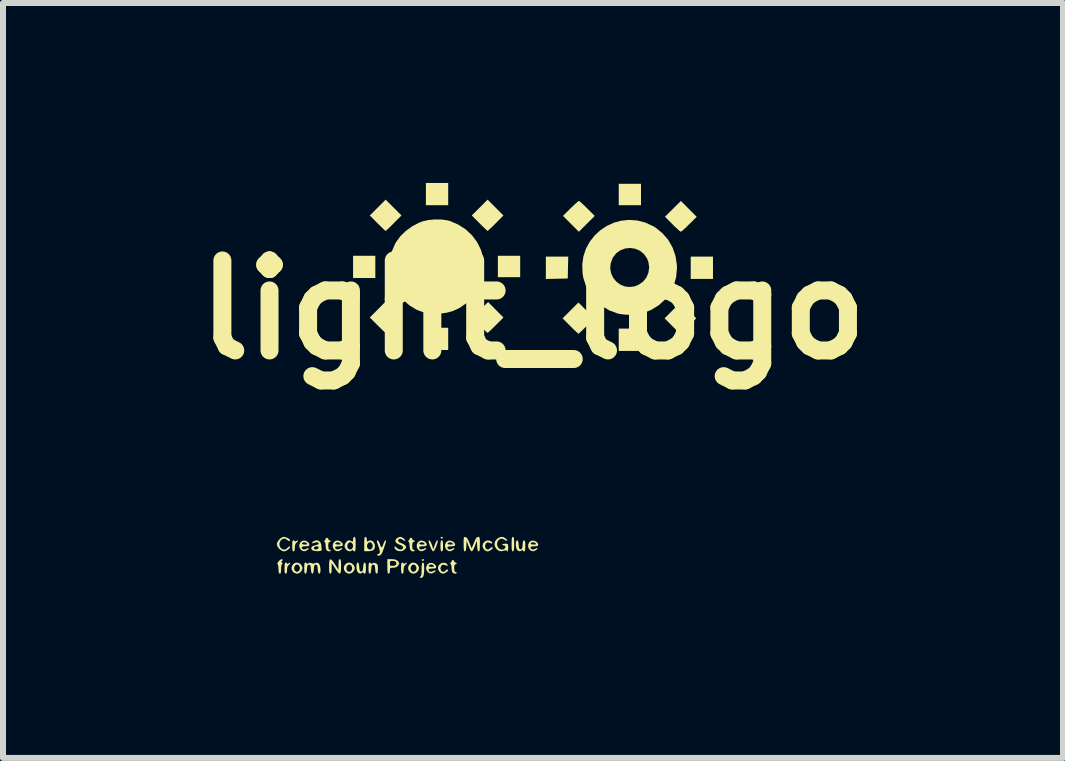
<source format=kicad_pcb>
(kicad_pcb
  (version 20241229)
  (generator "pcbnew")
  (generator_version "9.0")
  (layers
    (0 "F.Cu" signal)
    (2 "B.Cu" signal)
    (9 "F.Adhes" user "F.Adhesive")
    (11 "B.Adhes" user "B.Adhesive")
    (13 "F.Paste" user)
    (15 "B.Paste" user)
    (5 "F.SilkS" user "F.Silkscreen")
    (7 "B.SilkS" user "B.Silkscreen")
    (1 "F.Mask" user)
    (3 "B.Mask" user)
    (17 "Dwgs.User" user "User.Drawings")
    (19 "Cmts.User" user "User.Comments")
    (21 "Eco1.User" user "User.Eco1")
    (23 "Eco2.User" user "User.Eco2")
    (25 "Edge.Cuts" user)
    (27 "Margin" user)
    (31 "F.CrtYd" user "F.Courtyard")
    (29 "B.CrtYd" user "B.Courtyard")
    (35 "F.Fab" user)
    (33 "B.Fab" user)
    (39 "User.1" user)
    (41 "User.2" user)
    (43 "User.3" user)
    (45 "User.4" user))
  (footprint "light_logo"
    (layer "F.Cu")
    (at 5.836 2.114)
    (property "Reference" "light_logo" (at 0 0 0) (layer "F.SilkS") (effects (font (size 1.5 1.5) (thickness 0.3))))
    (attr board_only exclude_from_pos_files exclude_from_bom)
    (fp_poly (pts (xy -2.629 -0.714) (xy -2.629 -0.529) (xy -2.814 -0.529) (xy -3 -0.529) (xy -3 -0.714) (xy -3 -0.9) (xy -2.814 -0.9) (xy -2.629 -0.9)) (stroke (width 0) (type solid)) (fill yes) (layer "F.SilkS"))
    (fp_poly (pts (xy -1.817 4.165) (xy -1.814 4.171) (xy -1.826 4.184) (xy -1.836 4.186) (xy -1.855 4.178) (xy -1.857 4.171) (xy -1.846 4.159) (xy -1.836 4.157)) (stroke (width 0) (type solid)) (fill yes) (layer "F.SilkS"))
    (fp_poly (pts (xy -1.502 3.793) (xy -1.5 3.8) (xy -1.512 3.813) (xy -1.521 3.814) (xy -1.54 3.807) (xy -1.543 3.8) (xy -1.531 3.787) (xy -1.521 3.786)) (stroke (width 0) (type solid)) (fill yes) (layer "F.SilkS"))
    (fp_poly (pts (xy -1.414 -1.929) (xy -1.414 -1.743) (xy -1.6 -1.743) (xy -1.786 -1.743) (xy -1.786 -1.929) (xy -1.786 -2.114) (xy -1.6 -2.114) (xy -1.414 -2.114)) (stroke (width 0) (type solid)) (fill yes) (layer "F.SilkS"))
    (fp_poly (pts (xy -1.414 0.486) (xy -1.414 0.671) (xy -1.6 0.671) (xy -1.786 0.671) (xy -1.786 0.486) (xy -1.786 0.3) (xy -1.6 0.3) (xy -1.414 0.3)) (stroke (width 0) (type solid)) (fill yes) (layer "F.SilkS"))
    (fp_poly (pts (xy -0.214 -0.721) (xy -0.214 -0.543) (xy -0.4 -0.543) (xy -0.586 -0.543) (xy -0.586 -0.721) (xy -0.586 -0.9) (xy -0.4 -0.9) (xy -0.214 -0.9)) (stroke (width 0) (type solid)) (fill yes) (layer "F.SilkS"))
    (fp_poly (pts (xy 0.583 -0.704) (xy 0.579 -0.521) (xy 0.396 -0.517) (xy 0.214 -0.513) (xy 0.214 -0.7) (xy 0.214 -0.886) (xy 0.4 -0.886) (xy 0.587 -0.886)) (stroke (width 0) (type solid)) (fill yes) (layer "F.SilkS"))
    (fp_poly (pts (xy 1.8 -1.921) (xy 1.8 -1.743) (xy 1.614 -1.743) (xy 1.429 -1.743) (xy 1.429 -1.921) (xy 1.429 -2.1) (xy 1.614 -2.1) (xy 1.8 -2.1)) (stroke (width 0) (type solid)) (fill yes) (layer "F.SilkS"))
    (fp_poly (pts (xy 3 -0.7) (xy 3 -0.514) (xy 2.814 -0.514) (xy 2.629 -0.514) (xy 2.629 -0.7) (xy 2.629 -0.886) (xy 2.814 -0.886) (xy 3 -0.886)) (stroke (width 0) (type solid)) (fill yes) (layer "F.SilkS"))
    (fp_poly (pts (xy 1.786 0.361) (xy 1.787 0.395) (xy 1.789 0.449) (xy 1.793 0.514) (xy 1.795 0.546) (xy 1.804 0.686) (xy 1.616 0.686) (xy 1.429 0.686) (xy 1.429 0.5) (xy 1.429 0.314) (xy 1.607 0.314) (xy 1.786 0.314)) (stroke (width 0) (type solid)) (fill yes) (layer "F.SilkS"))
    (fp_poly (pts (xy -2.332 0.003) (xy -2.2 0.135) (xy -2.325 0.26) (xy -2.373 0.308) (xy -2.414 0.348) (xy -2.443 0.375) (xy -2.457 0.386) (xy -2.457 0.386) (xy -2.47 0.376) (xy -2.498 0.35) (xy -2.538 0.311) (xy -2.586 0.264) (xy -2.593 0.257) (xy -2.721 0.129) (xy -2.593 -0.000015) (xy -2.465 -0.129)) (stroke (width 0) (type solid)) (fill yes) (layer "F.SilkS"))
    (fp_poly (pts (xy -2.325 -1.704) (xy -2.193 -1.572) (xy -2.321 -1.443) (xy -2.37 -1.394) (xy -2.412 -1.354) (xy -2.442 -1.326) (xy -2.457 -1.314) (xy -2.457 -1.314) (xy -2.47 -1.324) (xy -2.498 -1.35) (xy -2.538 -1.389) (xy -2.586 -1.436) (xy -2.593 -1.443) (xy -2.721 -1.572) (xy -2.589 -1.704) (xy -2.457 -1.836)) (stroke (width 0) (type solid)) (fill yes) (layer "F.SilkS"))
    (fp_poly (pts (xy -1.509 3.849) (xy -1.503 3.871) (xy -1.5 3.915) (xy -1.5 3.936) (xy -1.501 3.988) (xy -1.507 4.017) (xy -1.517 4.028) (xy -1.521 4.029) (xy -1.533 4.022) (xy -1.54 4) (xy -1.543 3.957) (xy -1.543 3.936) (xy -1.541 3.884) (xy -1.536 3.855) (xy -1.526 3.844) (xy -1.521 3.843)) (stroke (width 0) (type solid)) (fill yes) (layer "F.SilkS"))
    (fp_poly (pts (xy -0.625 -1.704) (xy -0.493 -1.572) (xy -0.621 -1.443) (xy -0.67 -1.394) (xy -0.712 -1.354) (xy -0.742 -1.326) (xy -0.757 -1.314) (xy -0.757 -1.314) (xy -0.77 -1.324) (xy -0.798 -1.35) (xy -0.838 -1.389) (xy -0.886 -1.436) (xy -0.893 -1.443) (xy -1.021 -1.572) (xy -0.889 -1.704) (xy -0.757 -1.836)) (stroke (width 0) (type solid)) (fill yes) (layer "F.SilkS"))
    (fp_poly (pts (xy -0.621 -0.000015) (xy -0.493 0.129) (xy -0.621 0.257) (xy -0.67 0.306) (xy -0.712 0.346) (xy -0.742 0.374) (xy -0.757 0.386) (xy -0.757 0.386) (xy -0.77 0.376) (xy -0.798 0.35) (xy -0.838 0.311) (xy -0.886 0.264) (xy -0.89 0.26) (xy -1.014 0.135) (xy -0.882 0.003) (xy -0.749 -0.129)) (stroke (width 0) (type solid)) (fill yes) (layer "F.SilkS"))
    (fp_poly (pts (xy -0.325 3.791) (xy -0.318 3.81) (xy -0.315 3.847) (xy -0.314 3.907) (xy -0.315 3.968) (xy -0.319 4.005) (xy -0.325 4.024) (xy -0.336 4.029) (xy -0.346 4.023) (xy -0.353 4.005) (xy -0.356 3.967) (xy -0.357 3.907) (xy -0.356 3.846) (xy -0.353 3.809) (xy -0.346 3.791) (xy -0.336 3.786)) (stroke (width 0) (type solid)) (fill yes) (layer "F.SilkS"))
    (fp_poly (pts (xy 0.78 -1.805) (xy 0.81 -1.779) (xy 0.852 -1.74) (xy 0.901 -1.692) (xy 0.904 -1.689) (xy 1.029 -1.564) (xy 0.896 -1.432) (xy 0.764 -1.3) (xy 0.632 -1.432) (xy 0.5 -1.565) (xy 0.625 -1.69) (xy 0.674 -1.737) (xy 0.717 -1.777) (xy 0.748 -1.804) (xy 0.764 -1.814) (xy 0.765 -1.814)) (stroke (width 0) (type solid)) (fill yes) (layer "F.SilkS"))
    (fp_poly (pts (xy 0.889 0.011) (xy 1.021 0.143) (xy 0.893 0.271) (xy 0.844 0.32) (xy 0.803 0.36) (xy 0.772 0.388) (xy 0.758 0.4) (xy 0.757 0.4) (xy 0.745 0.39) (xy 0.716 0.364) (xy 0.676 0.326) (xy 0.628 0.278) (xy 0.621 0.271) (xy 0.493 0.143) (xy 0.625 0.011) (xy 0.757 -0.121)) (stroke (width 0) (type solid)) (fill yes) (layer "F.SilkS"))
    (fp_poly (pts (xy 2.589 0.011) (xy 2.721 0.143) (xy 2.593 0.271) (xy 2.544 0.32) (xy 2.503 0.36) (xy 2.472 0.388) (xy 2.458 0.4) (xy 2.457 0.4) (xy 2.445 0.39) (xy 2.416 0.364) (xy 2.376 0.326) (xy 2.328 0.278) (xy 2.321 0.271) (xy 2.193 0.143) (xy 2.325 0.011) (xy 2.457 -0.121)) (stroke (width 0) (type solid)) (fill yes) (layer "F.SilkS"))
    (fp_poly (pts (xy 2.597 -1.682) (xy 2.729 -1.549) (xy 2.603 -1.425) (xy 2.554 -1.377) (xy 2.512 -1.338) (xy 2.48 -1.311) (xy 2.464 -1.3) (xy 2.464 -1.3) (xy 2.449 -1.31) (xy 2.418 -1.336) (xy 2.376 -1.375) (xy 2.328 -1.422) (xy 2.325 -1.425) (xy 2.2 -1.551) (xy 2.332 -1.682) (xy 2.465 -1.814)) (stroke (width 0) (type solid)) (fill yes) (layer "F.SilkS"))
    (fp_poly (pts (xy -1.824 4.22) (xy -1.817 4.241) (xy -1.815 4.283) (xy -1.814 4.315) (xy -1.816 4.37) (xy -1.822 4.416) (xy -1.829 4.444) (xy -1.848 4.464) (xy -1.87 4.472) (xy -1.884 4.464) (xy -1.886 4.457) (xy -1.875 4.443) (xy -1.871 4.443) (xy -1.864 4.429) (xy -1.859 4.393) (xy -1.857 4.339) (xy -1.857 4.329) (xy -1.856 4.27) (xy -1.852 4.235) (xy -1.845 4.218) (xy -1.836 4.214)) (stroke (width 0) (type solid)) (fill yes) (layer "F.SilkS"))
    (fp_poly (pts (xy -4.102 4.223) (xy -4.1 4.23) (xy -4.093 4.238) (xy -4.078 4.228) (xy -4.056 4.218) (xy -4.047 4.22) (xy -4.05 4.234) (xy -4.069 4.251) (xy -4.09 4.274) (xy -4.099 4.309) (xy -4.1 4.337) (xy -4.103 4.379) (xy -4.113 4.398) (xy -4.121 4.4) (xy -4.133 4.394) (xy -4.14 4.372) (xy -4.143 4.328) (xy -4.143 4.307) (xy -4.141 4.255) (xy -4.136 4.226) (xy -4.126 4.215) (xy -4.121 4.214)) (stroke (width 0) (type solid)) (fill yes) (layer "F.SilkS"))
    (fp_poly (pts (xy -3.974 3.851) (xy -3.971 3.859) (xy -3.964 3.866) (xy -3.95 3.857) (xy -3.928 3.846) (xy -3.918 3.848) (xy -3.921 3.862) (xy -3.94 3.88) (xy -3.961 3.903) (xy -3.97 3.938) (xy -3.971 3.965) (xy -3.974 4.007) (xy -3.984 4.026) (xy -3.993 4.029) (xy -4.005 4.022) (xy -4.012 4) (xy -4.014 3.957) (xy -4.014 3.936) (xy -4.013 3.884) (xy -4.008 3.855) (xy -3.998 3.844) (xy -3.993 3.843)) (stroke (width 0) (type solid)) (fill yes) (layer "F.SilkS"))
    (fp_poly (pts (xy -2.16 4.223) (xy -2.157 4.23) (xy -2.15 4.238) (xy -2.135 4.228) (xy -2.114 4.218) (xy -2.104 4.22) (xy -2.107 4.234) (xy -2.126 4.251) (xy -2.147 4.274) (xy -2.156 4.309) (xy -2.157 4.337) (xy -2.16 4.379) (xy -2.17 4.398) (xy -2.179 4.4) (xy -2.191 4.394) (xy -2.197 4.372) (xy -2.2 4.328) (xy -2.2 4.307) (xy -2.199 4.255) (xy -2.193 4.226) (xy -2.183 4.215) (xy -2.179 4.214)) (stroke (width 0) (type solid)) (fill yes) (layer "F.SilkS"))
    (fp_poly (pts (xy -1.589 3.847) (xy -1.588 3.863) (xy -1.596 3.896) (xy -1.615 3.949) (xy -1.634 3.992) (xy -1.653 4.02) (xy -1.664 4.029) (xy -1.679 4.016) (xy -1.698 3.984) (xy -1.713 3.949) (xy -1.733 3.894) (xy -1.741 3.861) (xy -1.739 3.846) (xy -1.726 3.846) (xy -1.726 3.846) (xy -1.712 3.862) (xy -1.695 3.896) (xy -1.685 3.922) (xy -1.662 3.993) (xy -1.637 3.918) (xy -1.621 3.877) (xy -1.606 3.849) (xy -1.599 3.843)) (stroke (width 0) (type solid)) (fill yes) (layer "F.SilkS"))
    (fp_poly (pts (xy -4.173 4.165) (xy -4.176 4.182) (xy -4.189 4.191) (xy -4.198 4.201) (xy -4.186 4.214) (xy -4.173 4.229) (xy -4.182 4.238) (xy -4.194 4.257) (xy -4.199 4.3) (xy -4.2 4.323) (xy -4.202 4.37) (xy -4.209 4.394) (xy -4.221 4.4) (xy -4.234 4.393) (xy -4.241 4.368) (xy -4.243 4.323) (xy -4.246 4.275) (xy -4.254 4.246) (xy -4.259 4.24) (xy -4.263 4.228) (xy -4.25 4.205) (xy -4.229 4.181) (xy -4.206 4.163) (xy -4.19 4.157)) (stroke (width 0) (type solid)) (fill yes) (layer "F.SilkS"))
    (fp_poly (pts (xy -1.464 4.22) (xy -1.436 4.237) (xy -1.42 4.26) (xy -1.427 4.269) (xy -1.453 4.263) (xy -1.464 4.257) (xy -1.502 4.248) (xy -1.529 4.264) (xy -1.542 4.302) (xy -1.543 4.315) (xy -1.533 4.349) (xy -1.51 4.367) (xy -1.482 4.367) (xy -1.464 4.352) (xy -1.442 4.333) (xy -1.423 4.329) (xy -1.414 4.342) (xy -1.426 4.361) (xy -1.454 4.382) (xy -1.486 4.397) (xy -1.503 4.4) (xy -1.532 4.39) (xy -1.557 4.371) (xy -1.579 4.337) (xy -1.586 4.307) (xy -1.574 4.264) (xy -1.544 4.233) (xy -1.505 4.217)) (stroke (width 0) (type solid)) (fill yes) (layer "F.SilkS"))
    (fp_poly (pts (xy -0.721 3.849) (xy -0.693 3.866) (xy -0.677 3.889) (xy -0.684 3.898) (xy -0.71 3.891) (xy -0.721 3.886) (xy -0.759 3.877) (xy -0.786 3.893) (xy -0.799 3.931) (xy -0.8 3.944) (xy -0.79 3.977) (xy -0.767 3.996) (xy -0.739 3.995) (xy -0.721 3.98) (xy -0.7 3.962) (xy -0.68 3.958) (xy -0.671 3.971) (xy -0.683 3.99) (xy -0.711 4.011) (xy -0.743 4.026) (xy -0.76 4.029) (xy -0.789 4.019) (xy -0.814 4) (xy -0.836 3.966) (xy -0.843 3.936) (xy -0.831 3.893) (xy -0.802 3.862) (xy -0.762 3.846)) (stroke (width 0) (type solid)) (fill yes) (layer "F.SilkS"))
    (fp_poly (pts (xy -3.893 4.227) (xy -3.859 4.259) (xy -3.843 4.301) (xy -3.843 4.307) (xy -3.856 4.35) (xy -3.888 4.384) (xy -3.929 4.4) (xy -3.936 4.4) (xy -3.973 4.39) (xy -4 4.371) (xy -4.023 4.331) (xy -4.023 4.32) (xy -3.983 4.32) (xy -3.971 4.351) (xy -3.941 4.37) (xy -3.911 4.361) (xy -3.903 4.354) (xy -3.887 4.324) (xy -3.888 4.291) (xy -3.902 4.263) (xy -3.925 4.247) (xy -3.954 4.252) (xy -3.955 4.252) (xy -3.978 4.281) (xy -3.983 4.32) (xy -4.023 4.32) (xy -4.024 4.287) (xy -4.005 4.248) (xy -3.971 4.221) (xy -3.936 4.214)) (stroke (width 0) (type solid)) (fill yes) (layer "F.SilkS"))
    (fp_poly (pts (xy -3.022 4.227) (xy -2.988 4.259) (xy -2.972 4.301) (xy -2.971 4.307) (xy -2.984 4.35) (xy -3.016 4.384) (xy -3.058 4.4) (xy -3.064 4.4) (xy -3.101 4.39) (xy -3.129 4.371) (xy -3.152 4.331) (xy -3.152 4.32) (xy -3.112 4.32) (xy -3.099 4.351) (xy -3.07 4.37) (xy -3.039 4.361) (xy -3.031 4.354) (xy -3.016 4.324) (xy -3.017 4.291) (xy -3.031 4.263) (xy -3.054 4.247) (xy -3.082 4.252) (xy -3.083 4.252) (xy -3.106 4.281) (xy -3.112 4.32) (xy -3.152 4.32) (xy -3.153 4.287) (xy -3.134 4.248) (xy -3.099 4.221) (xy -3.064 4.214)) (stroke (width 0) (type solid)) (fill yes) (layer "F.SilkS"))
    (fp_poly (pts (xy -1.95 4.227) (xy -1.916 4.259) (xy -1.9 4.301) (xy -1.9 4.307) (xy -1.913 4.35) (xy -1.945 4.384) (xy -1.987 4.4) (xy -1.993 4.4) (xy -2.03 4.39) (xy -2.057 4.371) (xy -2.08 4.331) (xy -2.081 4.32) (xy -2.04 4.32) (xy -2.028 4.351) (xy -1.999 4.37) (xy -1.968 4.361) (xy -1.96 4.354) (xy -1.944 4.324) (xy -1.945 4.291) (xy -1.959 4.263) (xy -1.983 4.247) (xy -2.011 4.252) (xy -2.012 4.252) (xy -2.035 4.281) (xy -2.04 4.32) (xy -2.081 4.32) (xy -2.081 4.287) (xy -2.062 4.248) (xy -2.028 4.221) (xy -1.993 4.214)) (stroke (width 0) (type solid)) (fill yes) (layer "F.SilkS"))
    (fp_poly (pts (xy -2.577 3.855) (xy -2.56 3.886) (xy -2.557 3.896) (xy -2.54 3.942) (xy -2.526 3.96) (xy -2.513 3.952) (xy -2.5 3.919) (xy -2.481 3.87) (xy -2.463 3.845) (xy -2.45 3.845) (xy -2.451 3.861) (xy -2.46 3.896) (xy -2.475 3.942) (xy -2.492 3.991) (xy -2.51 4.037) (xy -2.526 4.071) (xy -2.533 4.082) (xy -2.554 4.096) (xy -2.58 4.1) (xy -2.598 4.092) (xy -2.6 4.086) (xy -2.589 4.073) (xy -2.58 4.071) (xy -2.558 4.062) (xy -2.553 4.033) (xy -2.563 3.982) (xy -2.579 3.936) (xy -2.597 3.886) (xy -2.603 3.857) (xy -2.6 3.844) (xy -2.594 3.843)) (stroke (width 0) (type solid)) (fill yes) (layer "F.SilkS"))
    (fp_poly (pts (xy -3.417 3.811) (xy -3.414 3.821) (xy -3.403 3.84) (xy -3.393 3.843) (xy -3.374 3.851) (xy -3.371 3.857) (xy -3.383 3.87) (xy -3.393 3.871) (xy -3.407 3.88) (xy -3.413 3.908) (xy -3.414 3.936) (xy -3.411 3.978) (xy -3.402 3.997) (xy -3.393 4) (xy -3.374 4.008) (xy -3.371 4.014) (xy -3.382 4.026) (xy -3.407 4.027) (xy -3.433 4.017) (xy -3.44 4.011) (xy -3.451 3.987) (xy -3.457 3.947) (xy -3.457 3.934) (xy -3.461 3.894) (xy -3.471 3.868) (xy -3.475 3.865) (xy -3.486 3.856) (xy -3.475 3.849) (xy -3.459 3.829) (xy -3.457 3.82) (xy -3.446 3.802) (xy -3.436 3.8)) (stroke (width 0) (type solid)) (fill yes) (layer "F.SilkS"))
    (fp_poly (pts (xy -3.211 4.162) (xy -3.204 4.181) (xy -3.201 4.219) (xy -3.2 4.279) (xy -3.202 4.346) (xy -3.209 4.387) (xy -3.223 4.399) (xy -3.245 4.385) (xy -3.277 4.344) (xy -3.299 4.311) (xy -3.357 4.221) (xy -3.357 4.311) (xy -3.359 4.362) (xy -3.364 4.39) (xy -3.375 4.4) (xy -3.379 4.4) (xy -3.389 4.395) (xy -3.396 4.376) (xy -3.399 4.338) (xy -3.4 4.279) (xy -3.398 4.211) (xy -3.391 4.171) (xy -3.377 4.158) (xy -3.355 4.172) (xy -3.323 4.213) (xy -3.301 4.246) (xy -3.243 4.336) (xy -3.243 4.246) (xy -3.241 4.195) (xy -3.236 4.168) (xy -3.225 4.158) (xy -3.221 4.157)) (stroke (width 0) (type solid)) (fill yes) (layer "F.SilkS"))
    (fp_poly (pts (xy -2.017 3.811) (xy -2.014 3.821) (xy -2.003 3.84) (xy -1.993 3.843) (xy -1.974 3.851) (xy -1.971 3.857) (xy -1.983 3.87) (xy -1.993 3.871) (xy -2.007 3.88) (xy -2.013 3.908) (xy -2.014 3.936) (xy -2.011 3.978) (xy -2.002 3.997) (xy -1.993 4) (xy -1.974 4.008) (xy -1.971 4.014) (xy -1.982 4.026) (xy -2.007 4.027) (xy -2.033 4.017) (xy -2.04 4.011) (xy -2.051 3.987) (xy -2.057 3.947) (xy -2.057 3.934) (xy -2.061 3.894) (xy -2.071 3.868) (xy -2.075 3.865) (xy -2.086 3.856) (xy -2.075 3.849) (xy -2.059 3.829) (xy -2.057 3.82) (xy -2.046 3.802) (xy -2.036 3.8)) (stroke (width 0) (type solid)) (fill yes) (layer "F.SilkS"))
    (fp_poly (pts (xy -1.317 4.183) (xy -1.314 4.193) (xy -1.303 4.212) (xy -1.293 4.214) (xy -1.274 4.222) (xy -1.271 4.229) (xy -1.283 4.241) (xy -1.293 4.243) (xy -1.307 4.251) (xy -1.313 4.28) (xy -1.314 4.307) (xy -1.311 4.35) (xy -1.302 4.369) (xy -1.293 4.371) (xy -1.274 4.379) (xy -1.271 4.386) (xy -1.282 4.398) (xy -1.307 4.399) (xy -1.333 4.388) (xy -1.34 4.383) (xy -1.351 4.359) (xy -1.357 4.319) (xy -1.357 4.305) (xy -1.361 4.265) (xy -1.371 4.24) (xy -1.375 4.237) (xy -1.386 4.228) (xy -1.375 4.22) (xy -1.359 4.2) (xy -1.357 4.192) (xy -1.346 4.174) (xy -1.336 4.171)) (stroke (width 0) (type solid)) (fill yes) (layer "F.SilkS"))
    (fp_poly (pts (xy -2.795 4.221) (xy -2.788 4.245) (xy -2.786 4.291) (xy -2.786 4.307) (xy -2.787 4.359) (xy -2.792 4.388) (xy -2.802 4.399) (xy -2.807 4.4) (xy -2.826 4.391) (xy -2.829 4.383) (xy -2.833 4.373) (xy -2.846 4.383) (xy -2.877 4.399) (xy -2.91 4.387) (xy -2.92 4.378) (xy -2.934 4.351) (xy -2.942 4.313) (xy -2.944 4.272) (xy -2.939 4.236) (xy -2.928 4.216) (xy -2.922 4.214) (xy -2.908 4.224) (xy -2.9 4.256) (xy -2.897 4.289) (xy -2.893 4.334) (xy -2.885 4.356) (xy -2.871 4.364) (xy -2.864 4.364) (xy -2.847 4.36) (xy -2.838 4.343) (xy -2.833 4.307) (xy -2.831 4.289) (xy -2.826 4.241) (xy -2.816 4.218) (xy -2.806 4.214)) (stroke (width 0) (type solid)) (fill yes) (layer "F.SilkS"))
    (fp_poly (pts (xy -2.702 4.223) (xy -2.7 4.23) (xy -2.693 4.238) (xy -2.678 4.228) (xy -2.653 4.217) (xy -2.621 4.226) (xy -2.6 4.239) (xy -2.59 4.258) (xy -2.586 4.293) (xy -2.586 4.321) (xy -2.588 4.369) (xy -2.595 4.394) (xy -2.606 4.4) (xy -2.62 4.39) (xy -2.628 4.359) (xy -2.631 4.325) (xy -2.636 4.281) (xy -2.643 4.258) (xy -2.657 4.25) (xy -2.664 4.25) (xy -2.681 4.254) (xy -2.691 4.271) (xy -2.696 4.307) (xy -2.697 4.325) (xy -2.703 4.373) (xy -2.713 4.396) (xy -2.722 4.4) (xy -2.734 4.393) (xy -2.74 4.369) (xy -2.743 4.323) (xy -2.743 4.307) (xy -2.741 4.255) (xy -2.736 4.226) (xy -2.726 4.215) (xy -2.721 4.214)) (stroke (width 0) (type solid)) (fill yes) (layer "F.SilkS"))
    (fp_poly (pts (xy -0.138 3.85) (xy -0.131 3.874) (xy -0.129 3.92) (xy -0.129 3.936) (xy -0.13 3.988) (xy -0.135 4.017) (xy -0.145 4.028) (xy -0.15 4.029) (xy -0.169 4.019) (xy -0.171 4.011) (xy -0.176 4.001) (xy -0.189 4.011) (xy -0.22 4.028) (xy -0.253 4.015) (xy -0.263 4.006) (xy -0.277 3.98) (xy -0.285 3.942) (xy -0.286 3.9) (xy -0.282 3.865) (xy -0.271 3.845) (xy -0.265 3.843) (xy -0.251 3.853) (xy -0.243 3.884) (xy -0.24 3.918) (xy -0.236 3.962) (xy -0.228 3.985) (xy -0.214 3.992) (xy -0.207 3.993) (xy -0.19 3.989) (xy -0.18 3.972) (xy -0.175 3.936) (xy -0.174 3.918) (xy -0.169 3.87) (xy -0.159 3.847) (xy -0.149 3.843)) (stroke (width 0) (type solid)) (fill yes) (layer "F.SilkS"))
    (fp_poly (pts (xy -4.119 3.793) (xy -4.08 3.81) (xy -4.054 3.832) (xy -4.051 3.838) (xy -4.053 3.854) (xy -4.07 3.856) (xy -4.092 3.844) (xy -4.1 3.836) (xy -4.132 3.815) (xy -4.167 3.817) (xy -4.2 3.838) (xy -4.222 3.873) (xy -4.229 3.91) (xy -4.218 3.953) (xy -4.192 3.984) (xy -4.157 3.998) (xy -4.121 3.993) (xy -4.095 3.97) (xy -4.073 3.949) (xy -4.055 3.946) (xy -4.049 3.958) (xy -4.061 3.977) (xy -4.086 4) (xy -4.116 4.018) (xy -4.145 4.028) (xy -4.15 4.029) (xy -4.189 4.017) (xy -4.229 3.987) (xy -4.23 3.987) (xy -4.26 3.946) (xy -4.271 3.907) (xy -4.26 3.87) (xy -4.233 3.832) (xy -4.198 3.801) (xy -4.163 3.786) (xy -4.159 3.786)) (stroke (width 0) (type solid)) (fill yes) (layer "F.SilkS"))
    (fp_poly (pts (xy -2.776 3.798) (xy -2.771 3.83) (xy -2.769 3.859) (xy -2.761 3.865) (xy -2.75 3.857) (xy -2.716 3.844) (xy -2.682 3.853) (xy -2.654 3.879) (xy -2.637 3.917) (xy -2.637 3.962) (xy -2.637 3.966) (xy -2.654 3.999) (xy -2.686 4.018) (xy -2.739 4.025) (xy -2.754 4.025) (xy -2.814 4.025) (xy -2.814 3.948) (xy -2.769 3.948) (xy -2.756 3.979) (xy -2.727 3.999) (xy -2.696 3.99) (xy -2.689 3.983) (xy -2.673 3.953) (xy -2.674 3.92) (xy -2.688 3.891) (xy -2.711 3.876) (xy -2.739 3.88) (xy -2.74 3.881) (xy -2.763 3.91) (xy -2.769 3.948) (xy -2.814 3.948) (xy -2.814 3.905) (xy -2.813 3.845) (xy -2.81 3.808) (xy -2.803 3.79) (xy -2.793 3.786)) (stroke (width 0) (type solid)) (fill yes) (layer "F.SilkS"))
    (fp_poly (pts (xy -3.796 3.85) (xy -3.759 3.867) (xy -3.734 3.895) (xy -3.729 3.915) (xy -3.733 3.932) (xy -3.751 3.941) (xy -3.789 3.943) (xy -3.793 3.943) (xy -3.835 3.946) (xy -3.854 3.955) (xy -3.857 3.965) (xy -3.846 3.988) (xy -3.818 3.998) (xy -3.786 3.989) (xy -3.784 3.988) (xy -3.754 3.973) (xy -3.738 3.974) (xy -3.742 3.987) (xy -3.755 4) (xy -3.8 4.025) (xy -3.841 4.022) (xy -3.871 4) (xy -3.894 3.961) (xy -3.896 3.917) (xy -3.887 3.896) (xy -3.854 3.896) (xy -3.846 3.909) (xy -3.813 3.914) (xy -3.807 3.914) (xy -3.773 3.913) (xy -3.764 3.906) (xy -3.772 3.892) (xy -3.798 3.877) (xy -3.829 3.877) (xy -3.851 3.891) (xy -3.854 3.896) (xy -3.887 3.896) (xy -3.878 3.877) (xy -3.844 3.851) (xy -3.836 3.849)) (stroke (width 0) (type solid)) (fill yes) (layer "F.SilkS"))
    (fp_poly (pts (xy -3.239 3.85) (xy -3.202 3.867) (xy -3.176 3.895) (xy -3.171 3.915) (xy -3.176 3.932) (xy -3.194 3.941) (xy -3.232 3.943) (xy -3.236 3.943) (xy -3.278 3.946) (xy -3.297 3.955) (xy -3.3 3.965) (xy -3.289 3.988) (xy -3.261 3.998) (xy -3.229 3.989) (xy -3.227 3.988) (xy -3.196 3.973) (xy -3.181 3.974) (xy -3.185 3.987) (xy -3.198 4) (xy -3.243 4.025) (xy -3.284 4.022) (xy -3.314 4) (xy -3.337 3.961) (xy -3.338 3.917) (xy -3.33 3.896) (xy -3.297 3.896) (xy -3.289 3.909) (xy -3.256 3.914) (xy -3.249 3.914) (xy -3.216 3.913) (xy -3.206 3.906) (xy -3.215 3.892) (xy -3.241 3.877) (xy -3.272 3.877) (xy -3.294 3.891) (xy -3.297 3.896) (xy -3.33 3.896) (xy -3.321 3.877) (xy -3.287 3.851) (xy -3.279 3.849)) (stroke (width 0) (type solid)) (fill yes) (layer "F.SilkS"))
    (fp_poly (pts (xy -2.303 4.162) (xy -2.268 4.177) (xy -2.257 4.186) (xy -2.234 4.213) (xy -2.232 4.235) (xy -2.249 4.266) (xy -2.251 4.268) (xy -2.277 4.291) (xy -2.317 4.3) (xy -2.329 4.3) (xy -2.366 4.302) (xy -2.382 4.311) (xy -2.386 4.336) (xy -2.386 4.35) (xy -2.39 4.387) (xy -2.405 4.4) (xy -2.407 4.4) (xy -2.418 4.395) (xy -2.424 4.376) (xy -2.428 4.338) (xy -2.429 4.279) (xy -2.429 4.229) (xy -2.386 4.229) (xy -2.384 4.258) (xy -2.372 4.269) (xy -2.342 4.27) (xy -2.332 4.269) (xy -2.297 4.263) (xy -2.281 4.25) (xy -2.279 4.229) (xy -2.283 4.205) (xy -2.3 4.193) (xy -2.332 4.188) (xy -2.367 4.187) (xy -2.382 4.196) (xy -2.386 4.22) (xy -2.386 4.229) (xy -2.429 4.229) (xy -2.429 4.157) (xy -2.357 4.157)) (stroke (width 0) (type solid)) (fill yes) (layer "F.SilkS"))
    (fp_poly (pts (xy -1.839 3.85) (xy -1.802 3.867) (xy -1.776 3.895) (xy -1.771 3.915) (xy -1.776 3.932) (xy -1.794 3.941) (xy -1.832 3.943) (xy -1.836 3.943) (xy -1.878 3.946) (xy -1.897 3.955) (xy -1.9 3.965) (xy -1.889 3.988) (xy -1.861 3.998) (xy -1.829 3.989) (xy -1.827 3.988) (xy -1.796 3.973) (xy -1.781 3.974) (xy -1.785 3.987) (xy -1.798 4) (xy -1.843 4.025) (xy -1.884 4.022) (xy -1.914 4) (xy -1.937 3.961) (xy -1.938 3.917) (xy -1.93 3.896) (xy -1.897 3.896) (xy -1.889 3.909) (xy -1.856 3.914) (xy -1.849 3.914) (xy -1.816 3.913) (xy -1.806 3.906) (xy -1.815 3.892) (xy -1.841 3.877) (xy -1.872 3.877) (xy -1.894 3.891) (xy -1.897 3.896) (xy -1.93 3.896) (xy -1.921 3.877) (xy -1.887 3.851) (xy -1.879 3.849)) (stroke (width 0) (type solid)) (fill yes) (layer "F.SilkS"))
    (fp_poly (pts (xy -1.682 4.221) (xy -1.644 4.239) (xy -1.619 4.266) (xy -1.614 4.286) (xy -1.619 4.304) (xy -1.636 4.312) (xy -1.675 4.314) (xy -1.679 4.314) (xy -1.721 4.317) (xy -1.74 4.326) (xy -1.743 4.336) (xy -1.731 4.36) (xy -1.704 4.369) (xy -1.672 4.36) (xy -1.67 4.359) (xy -1.639 4.345) (xy -1.624 4.345) (xy -1.627 4.359) (xy -1.641 4.372) (xy -1.685 4.397) (xy -1.727 4.393) (xy -1.757 4.371) (xy -1.78 4.332) (xy -1.781 4.288) (xy -1.772 4.268) (xy -1.739 4.268) (xy -1.732 4.281) (xy -1.699 4.286) (xy -1.692 4.286) (xy -1.659 4.284) (xy -1.649 4.278) (xy -1.658 4.264) (xy -1.684 4.248) (xy -1.715 4.248) (xy -1.737 4.263) (xy -1.739 4.268) (xy -1.772 4.268) (xy -1.764 4.249) (xy -1.73 4.223) (xy -1.722 4.22)) (stroke (width 0) (type solid)) (fill yes) (layer "F.SilkS"))
    (fp_poly (pts (xy -1.53 -1.505) (xy -1.433 -1.492) (xy -1.386 -1.48) (xy -1.245 -1.419) (xy -1.121 -1.339) (xy -1.016 -1.24) (xy -0.932 -1.127) (xy -0.869 -1.001) (xy -0.83 -0.866) (xy -0.817 -0.723) (xy -0.828 -0.589) (xy -0.865 -0.451) (xy -0.928 -0.322) (xy -1.012 -0.206) (xy -1.115 -0.106) (xy -1.234 -0.025) (xy -1.347 0.025) (xy -1.447 0.051) (xy -1.559 0.065) (xy -1.672 0.067) (xy -1.776 0.056) (xy -1.805 0.05) (xy -1.935 0.003) (xy -2.056 -0.07) (xy -2.164 -0.164) (xy -2.26 -0.279) (xy -2.331 -0.406) (xy -2.377 -0.542) (xy -2.397 -0.682) (xy -2.39 -0.825) (xy -2.357 -0.966) (xy -2.297 -1.104) (xy -2.282 -1.13) (xy -2.212 -1.225) (xy -2.121 -1.314) (xy -2.015 -1.391) (xy -1.903 -1.45) (xy -1.836 -1.475) (xy -1.742 -1.496) (xy -1.636 -1.506)) (stroke (width 0) (type solid)) (fill yes) (layer "F.SilkS"))
    (fp_poly (pts (xy -1.368 3.85) (xy -1.33 3.867) (xy -1.305 3.895) (xy -1.3 3.915) (xy -1.304 3.932) (xy -1.322 3.941) (xy -1.361 3.943) (xy -1.364 3.943) (xy -1.406 3.946) (xy -1.426 3.955) (xy -1.429 3.965) (xy -1.417 3.988) (xy -1.39 3.998) (xy -1.357 3.989) (xy -1.355 3.988) (xy -1.325 3.973) (xy -1.309 3.974) (xy -1.313 3.987) (xy -1.327 4) (xy -1.371 4.025) (xy -1.413 4.022) (xy -1.443 4) (xy -1.465 3.961) (xy -1.467 3.917) (xy -1.458 3.896) (xy -1.425 3.896) (xy -1.418 3.909) (xy -1.384 3.914) (xy -1.378 3.914) (xy -1.345 3.913) (xy -1.335 3.906) (xy -1.343 3.892) (xy -1.37 3.877) (xy -1.401 3.877) (xy -1.423 3.891) (xy -1.425 3.896) (xy -1.458 3.896) (xy -1.45 3.877) (xy -1.416 3.851) (xy -1.408 3.849)) (stroke (width 0) (type solid)) (fill yes) (layer "F.SilkS"))
    (fp_poly (pts (xy 0.018 3.85) (xy 0.056 3.867) (xy 0.081 3.895) (xy 0.086 3.915) (xy 0.081 3.932) (xy 0.064 3.941) (xy 0.025 3.943) (xy 0.021 3.943) (xy -0.021 3.946) (xy -0.04 3.955) (xy -0.043 3.965) (xy -0.031 3.988) (xy -0.004 3.998) (xy 0.028 3.989) (xy 0.03 3.988) (xy 0.061 3.973) (xy 0.076 3.974) (xy 0.073 3.987) (xy 0.059 4) (xy 0.015 4.025) (xy -0.027 4.022) (xy -0.057 4) (xy -0.08 3.961) (xy -0.081 3.917) (xy -0.072 3.896) (xy -0.039 3.896) (xy -0.032 3.909) (xy 0.001 3.914) (xy 0.008 3.914) (xy 0.041 3.913) (xy 0.051 3.906) (xy 0.042 3.892) (xy 0.016 3.877) (xy -0.015 3.877) (xy -0.037 3.891) (xy -0.039 3.896) (xy -0.072 3.896) (xy -0.064 3.877) (xy -0.03 3.851) (xy -0.022 3.849)) (stroke (width 0) (type solid)) (fill yes) (layer "F.SilkS"))
    (fp_poly (pts (xy -3.577 3.849) (xy -3.545 3.876) (xy -3.529 3.922) (xy -3.529 3.936) (xy -3.526 3.975) (xy -3.521 4.003) (xy -3.521 4.003) (xy -3.528 4.015) (xy -3.555 4.022) (xy -3.593 4.025) (xy -3.633 4.022) (xy -3.667 4.014) (xy -3.68 4.008) (xy -3.697 3.982) (xy -3.696 3.969) (xy -3.654 3.969) (xy -3.649 3.987) (xy -3.629 3.998) (xy -3.6 3.994) (xy -3.578 3.977) (xy -3.574 3.968) (xy -3.578 3.949) (xy -3.604 3.943) (xy -3.605 3.943) (xy -3.64 3.95) (xy -3.654 3.969) (xy -3.696 3.969) (xy -3.696 3.966) (xy -3.686 3.949) (xy -3.669 3.938) (xy -3.636 3.928) (xy -3.611 3.922) (xy -3.582 3.912) (xy -3.571 3.899) (xy -3.583 3.881) (xy -3.61 3.875) (xy -3.641 3.882) (xy -3.646 3.884) (xy -3.673 3.895) (xy -3.684 3.888) (xy -3.674 3.87) (xy -3.665 3.863) (xy -3.619 3.843)) (stroke (width 0) (type solid)) (fill yes) (layer "F.SilkS"))
    (fp_poly (pts (xy -2.968 3.791) (xy -2.961 3.81) (xy -2.958 3.847) (xy -2.957 3.907) (xy -2.958 3.968) (xy -2.961 4.005) (xy -2.968 4.024) (xy -2.979 4.029) (xy -2.998 4.019) (xy -3 4.011) (xy -3.004 4.001) (xy -3.017 4.011) (xy -3.051 4.028) (xy -3.09 4.019) (xy -3.114 4) (xy -3.136 3.966) (xy -3.14 3.948) (xy -3.097 3.948) (xy -3.085 3.979) (xy -3.056 3.999) (xy -3.025 3.99) (xy -3.017 3.983) (xy -3.001 3.953) (xy -3.002 3.92) (xy -3.017 3.891) (xy -3.04 3.876) (xy -3.068 3.88) (xy -3.069 3.881) (xy -3.092 3.91) (xy -3.097 3.948) (xy -3.14 3.948) (xy -3.143 3.936) (xy -3.134 3.902) (xy -3.111 3.868) (xy -3.084 3.846) (xy -3.07 3.843) (xy -3.046 3.849) (xy -3.028 3.858) (xy -3.008 3.865) (xy -3.001 3.853) (xy -3 3.829) (xy -2.994 3.795) (xy -2.979 3.786)) (stroke (width 0) (type solid)) (fill yes) (layer "F.SilkS"))
    (fp_poly (pts (xy -2.188 3.793) (xy -2.159 3.81) (xy -2.137 3.831) (xy -2.13 3.848) (xy -2.132 3.851) (xy -2.149 3.851) (xy -2.17 3.837) (xy -2.202 3.819) (xy -2.231 3.82) (xy -2.248 3.838) (xy -2.25 3.849) (xy -2.239 3.872) (xy -2.205 3.888) (xy -2.2 3.889) (xy -2.155 3.908) (xy -2.124 3.935) (xy -2.114 3.96) (xy -2.123 3.977) (xy -2.143 4) (xy -2.186 4.024) (xy -2.24 4.023) (xy -2.266 4.015) (xy -2.292 3.996) (xy -2.308 3.97) (xy -2.31 3.948) (xy -2.307 3.945) (xy -2.294 3.949) (xy -2.271 3.969) (xy -2.27 3.97) (xy -2.238 3.992) (xy -2.204 3.998) (xy -2.176 3.99) (xy -2.164 3.966) (xy -2.164 3.964) (xy -2.173 3.942) (xy -2.203 3.924) (xy -2.224 3.917) (xy -2.272 3.894) (xy -2.295 3.866) (xy -2.292 3.835) (xy -2.272 3.812) (xy -2.239 3.792) (xy -2.214 3.786)) (stroke (width 0) (type solid)) (fill yes) (layer "F.SilkS"))
    (fp_poly (pts (xy -0.488 3.793) (xy -0.46 3.81) (xy -0.437 3.831) (xy -0.43 3.848) (xy -0.432 3.851) (xy -0.449 3.851) (xy -0.469 3.838) (xy -0.509 3.817) (xy -0.548 3.82) (xy -0.58 3.845) (xy -0.598 3.887) (xy -0.6 3.91) (xy -0.59 3.952) (xy -0.563 3.984) (xy -0.528 3.999) (xy -0.492 3.995) (xy -0.474 3.983) (xy -0.458 3.956) (xy -0.465 3.935) (xy -0.486 3.929) (xy -0.509 3.923) (xy -0.514 3.914) (xy -0.502 3.905) (xy -0.471 3.9) (xy -0.464 3.9) (xy -0.434 3.901) (xy -0.419 3.911) (xy -0.415 3.936) (xy -0.414 3.964) (xy -0.417 4.003) (xy -0.424 4.026) (xy -0.429 4.029) (xy -0.442 4.018) (xy -0.443 4.015) (xy -0.454 4.008) (xy -0.48 4.015) (xy -0.521 4.026) (xy -0.556 4.022) (xy -0.581 4.012) (xy -0.612 3.984) (xy -0.636 3.942) (xy -0.643 3.907) (xy -0.63 3.857) (xy -0.596 3.816) (xy -0.548 3.79) (xy -0.515 3.786)) (stroke (width 0) (type solid)) (fill yes) (layer "F.SilkS"))
    (fp_poly (pts (xy -0.901 3.788) (xy -0.892 3.798) (xy -0.888 3.821) (xy -0.886 3.864) (xy -0.886 3.907) (xy -0.887 3.968) (xy -0.89 4.006) (xy -0.897 4.024) (xy -0.906 4.029) (xy -0.919 4.02) (xy -0.927 3.993) (xy -0.931 3.942) (xy -0.931 3.939) (xy -0.936 3.85) (xy -0.97 3.939) (xy -0.989 3.985) (xy -1.008 4.017) (xy -1.022 4.029) (xy -1.037 4.016) (xy -1.055 3.984) (xy -1.074 3.939) (xy -1.107 3.85) (xy -1.111 3.939) (xy -1.116 3.992) (xy -1.123 4.02) (xy -1.136 4.029) (xy -1.136 4.029) (xy -1.147 4.023) (xy -1.153 4.003) (xy -1.156 3.963) (xy -1.157 3.906) (xy -1.157 3.847) (xy -1.155 3.811) (xy -1.149 3.793) (xy -1.139 3.787) (xy -1.127 3.788) (xy -1.106 3.8) (xy -1.085 3.83) (xy -1.06 3.884) (xy -1.06 3.885) (xy -1.024 3.976) (xy -1.005 3.935) (xy -0.987 3.892) (xy -0.967 3.844) (xy -0.965 3.839) (xy -0.944 3.8) (xy -0.919 3.786) (xy -0.915 3.786)) (stroke (width 0) (type solid)) (fill yes) (layer "F.SilkS"))
    (fp_poly (pts (xy -3.774 4.223) (xy -3.771 4.23) (xy -3.764 4.238) (xy -3.75 4.228) (xy -3.722 4.217) (xy -3.695 4.225) (xy -3.659 4.233) (xy -3.642 4.227) (xy -3.603 4.215) (xy -3.573 4.228) (xy -3.552 4.265) (xy -3.543 4.322) (xy -3.543 4.33) (xy -3.545 4.375) (xy -3.554 4.396) (xy -3.564 4.4) (xy -3.577 4.39) (xy -3.586 4.359) (xy -3.589 4.325) (xy -3.593 4.281) (xy -3.6 4.258) (xy -3.615 4.25) (xy -3.621 4.25) (xy -3.639 4.254) (xy -3.648 4.271) (xy -3.653 4.307) (xy -3.654 4.325) (xy -3.66 4.374) (xy -3.671 4.397) (xy -3.679 4.4) (xy -3.692 4.389) (xy -3.7 4.354) (xy -3.703 4.325) (xy -3.707 4.281) (xy -3.715 4.258) (xy -3.729 4.25) (xy -3.736 4.25) (xy -3.753 4.254) (xy -3.762 4.271) (xy -3.767 4.307) (xy -3.769 4.325) (xy -3.774 4.373) (xy -3.784 4.396) (xy -3.794 4.4) (xy -3.805 4.393) (xy -3.812 4.369) (xy -3.814 4.323) (xy -3.814 4.307) (xy -3.813 4.255) (xy -3.808 4.226) (xy -3.798 4.215) (xy -3.793 4.214)) (stroke (width 0) (type solid)) (fill yes) (layer "F.SilkS"))
    (fp_poly (pts (xy 1.735 -1.489) (xy 1.867 -1.455) (xy 1.997 -1.396) (xy 2.047 -1.366) (xy 2.161 -1.273) (xy 2.255 -1.163) (xy 2.327 -1.036) (xy 2.375 -0.898) (xy 2.398 -0.75) (xy 2.4 -0.693) (xy 2.386 -0.545) (xy 2.347 -0.406) (xy 2.283 -0.28) (xy 2.198 -0.168) (xy 2.093 -0.073) (xy 1.969 0.003) (xy 1.829 0.058) (xy 1.807 0.064) (xy 1.721 0.078) (xy 1.621 0.084) (xy 1.519 0.08) (xy 1.429 0.067) (xy 1.414 0.063) (xy 1.275 0.012) (xy 1.15 -0.062) (xy 1.041 -0.156) (xy 0.951 -0.268) (xy 0.883 -0.395) (xy 0.838 -0.534) (xy 0.826 -0.607) (xy 0.823 -0.685) (xy 1.287 -0.685) (xy 1.303 -0.604) (xy 1.338 -0.531) (xy 1.389 -0.469) (xy 1.454 -0.42) (xy 1.529 -0.389) (xy 1.611 -0.379) (xy 1.698 -0.391) (xy 1.759 -0.416) (xy 1.835 -0.469) (xy 1.891 -0.539) (xy 1.925 -0.621) (xy 1.936 -0.709) (xy 1.923 -0.799) (xy 1.9 -0.856) (xy 1.848 -0.931) (xy 1.78 -0.985) (xy 1.703 -1.018) (xy 1.62 -1.03) (xy 1.537 -1.022) (xy 1.458 -0.993) (xy 1.388 -0.943) (xy 1.333 -0.872) (xy 1.326 -0.859) (xy 1.294 -0.771) (xy 1.287 -0.685) (xy 0.823 -0.685) (xy 0.821 -0.753) (xy 0.84 -0.891) (xy 0.883 -1.019) (xy 0.946 -1.135) (xy 1.026 -1.237) (xy 1.121 -1.325) (xy 1.229 -1.397) (xy 1.346 -1.451) (xy 1.472 -1.485) (xy 1.602 -1.498)) (stroke (width 0) (type solid)) (fill yes) (layer "F.SilkS")))
  (gr_rect
    (start -3 -3)
    (end 14.671 9.586)
    (stroke (width 0.1) (type default))
    (fill no)
    (layer "Edge.Cuts")))
</source>
